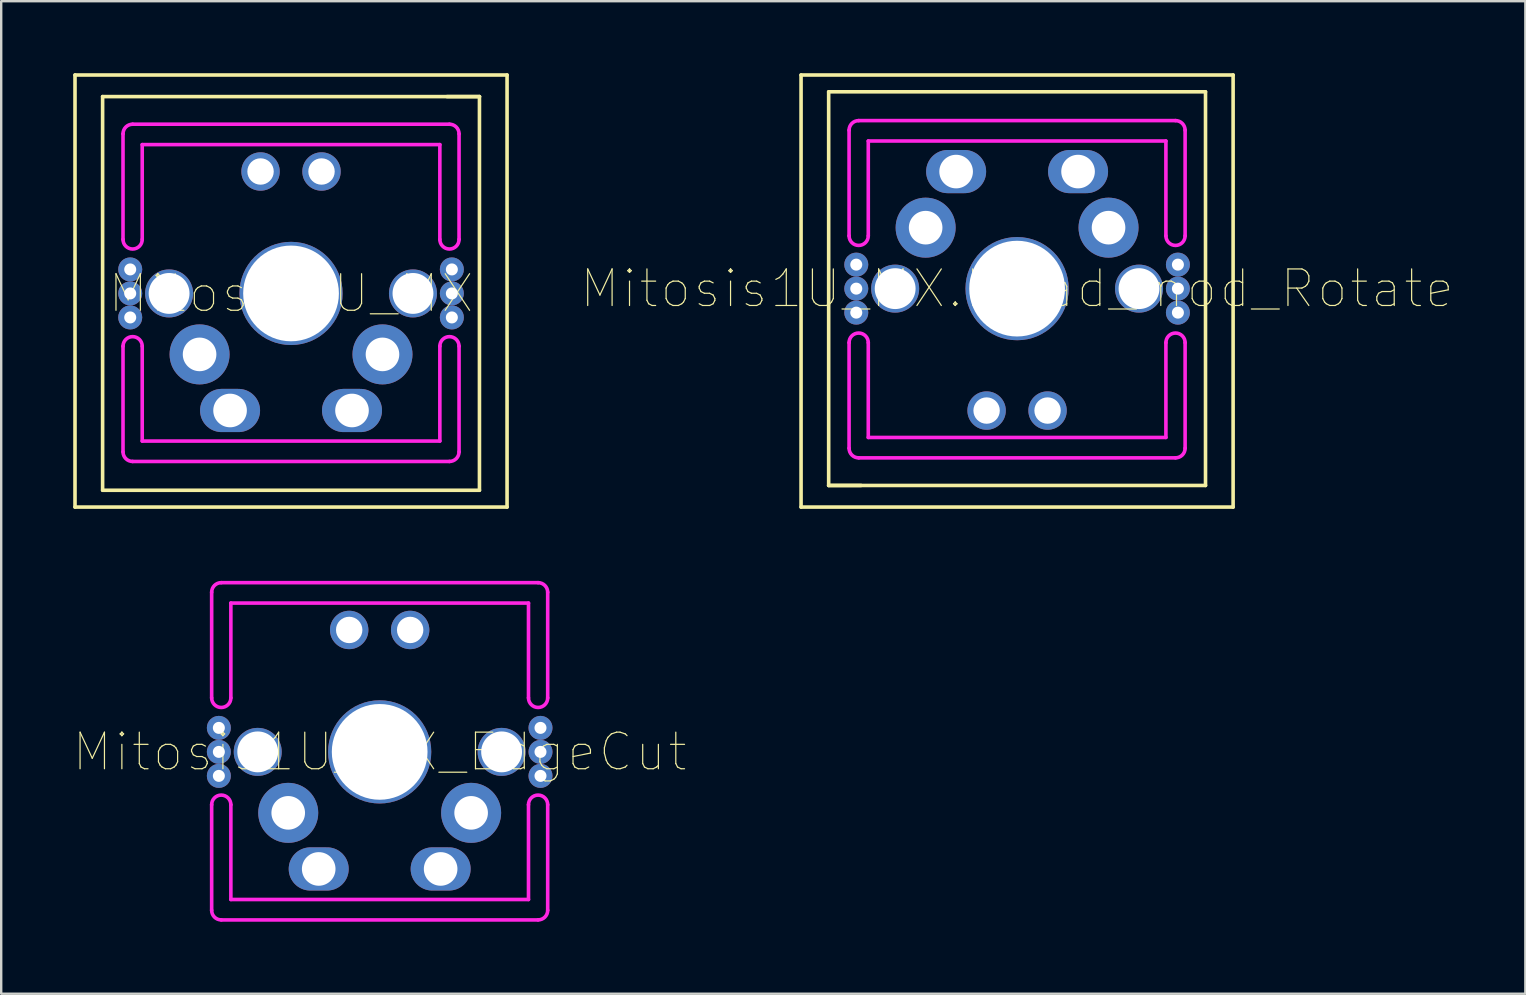
<source format=kicad_pcb>
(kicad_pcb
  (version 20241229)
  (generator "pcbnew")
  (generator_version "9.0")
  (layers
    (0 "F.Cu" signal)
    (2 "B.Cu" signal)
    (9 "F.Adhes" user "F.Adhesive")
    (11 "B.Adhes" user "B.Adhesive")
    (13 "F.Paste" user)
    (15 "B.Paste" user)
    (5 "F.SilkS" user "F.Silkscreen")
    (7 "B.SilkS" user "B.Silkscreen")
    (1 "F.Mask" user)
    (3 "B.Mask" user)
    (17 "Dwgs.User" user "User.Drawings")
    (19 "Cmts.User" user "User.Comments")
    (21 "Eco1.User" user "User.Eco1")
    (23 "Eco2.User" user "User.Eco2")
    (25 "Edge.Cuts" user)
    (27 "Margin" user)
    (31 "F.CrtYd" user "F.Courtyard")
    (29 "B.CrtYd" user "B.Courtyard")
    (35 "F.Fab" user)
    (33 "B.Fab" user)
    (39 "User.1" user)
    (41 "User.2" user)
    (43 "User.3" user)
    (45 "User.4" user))
  (footprint "Mitosis1U_MX"
    (layer "F.Cu")
    (at 9.075 9.175)
    (property "Reference" "Mitosis1U_MX" (at 0 0 0) (layer "F.SilkS") (effects (font (size 1.524 1.524) (thickness 0.05))))
    (attr smd)
    (fp_line (start -9 -9.1) (end -9 8.9) (stroke (width 0.15) (type solid)) (layer "F.SilkS"))
    (fp_line (start -9 8.9) (end 9 8.9) (stroke (width 0.15) (type solid)) (layer "F.SilkS"))
    (fp_line (start -7.85 -8.2) (end -7.85 8.2) (stroke (width 0.15) (type solid)) (layer "F.SilkS"))
    (fp_line (start -7.85 8.2) (end 7.85 8.2) (stroke (width 0.15) (type solid)) (layer "F.SilkS"))
    (fp_line (start 7.85 -8.2) (end -7.85 -8.2) (stroke (width 0.15) (type solid)) (layer "F.SilkS"))
    (fp_line (start 7.85 -8.2) (end 6.5 -8.2) (stroke (width 0.15) (type solid)) (layer "F.SilkS"))
    (fp_line (start 7.85 8.2) (end 7.85 -8.2) (stroke (width 0.15) (type solid)) (layer "F.SilkS"))
    (fp_line (start 9 -9.1) (end -9 -9.1) (stroke (width 0.15) (type solid)) (layer "F.SilkS"))
    (fp_line (start 9 8.9) (end 9 -9.1) (stroke (width 0.15) (type solid)) (layer "F.SilkS"))
    (fp_line (start -7 -6.65) (end -7 -2.25) (stroke (width 0.15) (type solid)) (layer "F.CrtYd"))
    (fp_line (start -7 2.2) (end -7 6.6) (stroke (width 0.15) (type solid)) (layer "F.CrtYd"))
    (fp_line (start -6.2 -6.2) (end -6.2 -2.25) (stroke (width 0.15) (type solid)) (layer "F.CrtYd"))
    (fp_line (start -6.2 6.15) (end -6.2 2.2) (stroke (width 0.15) (type solid)) (layer "F.CrtYd"))
    (fp_line (start 6.2 -6.2) (end -6.2 -6.2) (stroke (width 0.15) (type solid)) (layer "F.CrtYd"))
    (fp_line (start 6.2 -2.25) (end 6.2 -6.2) (stroke (width 0.15) (type solid)) (layer "F.CrtYd"))
    (fp_line (start 6.2 6.15) (end -6.2 6.15) (stroke (width 0.15) (type solid)) (layer "F.CrtYd"))
    (fp_line (start 6.2 6.15) (end 6.2 2.2) (stroke (width 0.15) (type solid)) (layer "F.CrtYd"))
    (fp_line (start 6.6 -7.05) (end -6.6 -7.05) (stroke (width 0.15) (type solid)) (layer "F.CrtYd"))
    (fp_line (start 6.6 7) (end -6.6 7) (stroke (width 0.15) (type solid)) (layer "F.CrtYd"))
    (fp_line (start 7 -2.25) (end 7 -6.65) (stroke (width 0.15) (type solid)) (layer "F.CrtYd"))
    (fp_line (start 7 6.6) (end 7 2.2) (stroke (width 0.15) (type solid)) (layer "F.CrtYd"))
    (fp_arc (start -7 -6.65) (mid -6.882843 -6.932843) (end -6.6 -7.05) (stroke (width 0.15) (type solid)) (layer "F.CrtYd"))
    (fp_arc (start -7 2.2) (mid -6.6 1.8) (end -6.2 2.2) (stroke (width 0.15) (type solid)) (layer "F.CrtYd"))
    (fp_arc (start -6.6 7) (mid -6.882843 6.882843) (end -7 6.6) (stroke (width 0.15) (type solid)) (layer "F.CrtYd"))
    (fp_arc (start -6.2 -2.25) (mid -6.6 -1.85) (end -7 -2.25) (stroke (width 0.15) (type solid)) (layer "F.CrtYd"))
    (fp_arc (start 6.2 2.2) (mid 6.6 1.8) (end 7 2.2) (stroke (width 0.15) (type solid)) (layer "F.CrtYd"))
    (fp_arc (start 6.6 -7.05) (mid 6.882843 -6.932843) (end 7 -6.65) (stroke (width 0.15) (type solid)) (layer "F.CrtYd"))
    (fp_arc (start 7 -2.25) (mid 6.6 -1.85) (end 6.2 -2.25) (stroke (width 0.15) (type solid)) (layer "F.CrtYd"))
    (fp_arc (start 7 6.6) (mid 6.882843 6.882843) (end 6.6 7) (stroke (width 0.15) (type solid)) (layer "F.CrtYd"))
    (pad "0" thru_hole circle (at -1.27 -5.08) (size 1.6 1.6) (drill 1.1) (layers "*.Cu" "*.Paste" "*.Mask"))
    (pad "0" thru_hole circle (at 0 0) (size 4.3 4.3) (drill 3.988) (layers "*.Cu" "*.Paste" "*.Mask"))
    (pad "0" thru_hole circle (at 1.27 -5.08) (size 1.6 1.6) (drill 1.1) (layers "*.Cu" "*.Paste" "*.Mask"))
    (pad "1" thru_hole circle (at -3.81 2.54) (size 2.5 2.5) (drill 1.4) (layers "*.Cu" "*.Paste" "*.Mask"))
    (pad "2" thru_hole circle (at 3.81 2.54) (size 2.5 2.5) (drill 1.4) (layers "*.Cu" "*.Paste" "*.Mask"))
    (pad "3" thru_hole oval (at -2.54 4.877) (size 2.5 1.8) (drill 1.4) (layers "*.Cu" "*.Paste" "*.Mask"))
    (pad "4" thru_hole oval (at 2.54 4.877) (size 2.5 1.8) (drill 1.4) (layers "*.Cu" "*.Paste" "*.Mask"))
    (pad "5" thru_hole circle (at -5.08 0) (size 2 2) (drill 1.702) (layers "*.Cu" "*.Paste" "*.Mask"))
    (pad "6" thru_hole circle (at 5.08 0) (size 2 2) (drill 1.702) (layers "*.Cu" "*.Paste" "*.Mask"))
    (pad "7" thru_hole circle (at -6.7 -1) (size 1 1) (drill 0.5) (layers "*.Cu" "*.Paste" "*.Mask"))
    (pad "8" thru_hole circle (at 6.7 -1 180) (size 1 1) (drill 0.5) (layers "*.Cu" "*.Paste" "*.Mask"))
    (pad "9" thru_hole circle (at -6.7 0) (size 1 1) (drill 0.5) (layers "*.Cu" "*.Paste" "*.Mask"))
    (pad "10" thru_hole circle (at 6.7 0 180) (size 1 1) (drill 0.5) (layers "*.Cu" "*.Paste" "*.Mask"))
    (pad "11" thru_hole circle (at -6.7 1) (size 1 1) (drill 0.5) (layers "*.Cu" "*.Paste" "*.Mask"))
    (pad "12" thru_hole circle (at 6.7 1 180) (size 1 1) (drill 0.5) (layers "*.Cu" "*.Paste" "*.Mask")))
  (footprint "Mitosis1U_MX_EdgeCut"
    (layer "F.Cu")
    (at 12.768 28.275)
    (property "Reference" "Mitosis1U_MX_EdgeCut" (at 0 0 0) (layer "F.SilkS") (effects (font (size 1.524 1.524) (thickness 0.05))))
    (attr smd)
    (fp_line (start -7 -6.65) (end -7 -2.25) (stroke (width 0.15) (type solid)) (layer "F.CrtYd"))
    (fp_line (start -7 2.2) (end -7 6.6) (stroke (width 0.15) (type solid)) (layer "F.CrtYd"))
    (fp_line (start -6.2 -6.2) (end -6.2 -2.25) (stroke (width 0.15) (type solid)) (layer "F.CrtYd"))
    (fp_line (start -6.2 6.15) (end -6.2 2.2) (stroke (width 0.15) (type solid)) (layer "F.CrtYd"))
    (fp_line (start 6.2 -6.2) (end -6.2 -6.2) (stroke (width 0.15) (type solid)) (layer "F.CrtYd"))
    (fp_line (start 6.2 -2.25) (end 6.2 -6.2) (stroke (width 0.15) (type solid)) (layer "F.CrtYd"))
    (fp_line (start 6.2 6.15) (end -6.2 6.15) (stroke (width 0.15) (type solid)) (layer "F.CrtYd"))
    (fp_line (start 6.2 6.15) (end 6.2 2.2) (stroke (width 0.15) (type solid)) (layer "F.CrtYd"))
    (fp_line (start 6.6 -7.05) (end -6.6 -7.05) (stroke (width 0.15) (type solid)) (layer "F.CrtYd"))
    (fp_line (start 6.6 7) (end -6.6 7) (stroke (width 0.15) (type solid)) (layer "F.CrtYd"))
    (fp_line (start 7 -2.25) (end 7 -6.65) (stroke (width 0.15) (type solid)) (layer "F.CrtYd"))
    (fp_line (start 7 6.6) (end 7 2.2) (stroke (width 0.15) (type solid)) (layer "F.CrtYd"))
    (fp_arc (start -7 -6.65) (mid -6.882843 -6.932843) (end -6.6 -7.05) (stroke (width 0.15) (type solid)) (layer "F.CrtYd"))
    (fp_arc (start -7 2.2) (mid -6.6 1.8) (end -6.2 2.2) (stroke (width 0.15) (type solid)) (layer "F.CrtYd"))
    (fp_arc (start -6.6 7) (mid -6.882843 6.882843) (end -7 6.6) (stroke (width 0.15) (type solid)) (layer "F.CrtYd"))
    (fp_arc (start -6.2 -2.25) (mid -6.6 -1.85) (end -7 -2.25) (stroke (width 0.15) (type solid)) (layer "F.CrtYd"))
    (fp_arc (start 6.2 2.2) (mid 6.6 1.8) (end 7 2.2) (stroke (width 0.15) (type solid)) (layer "F.CrtYd"))
    (fp_arc (start 6.6 -7.05) (mid 6.882843 -6.932843) (end 7 -6.65) (stroke (width 0.15) (type solid)) (layer "F.CrtYd"))
    (fp_arc (start 7 -2.25) (mid 6.6 -1.85) (end 6.2 -2.25) (stroke (width 0.15) (type solid)) (layer "F.CrtYd"))
    (fp_arc (start 7 6.6) (mid 6.882843 6.882843) (end 6.6 7) (stroke (width 0.15) (type solid)) (layer "F.CrtYd"))
    (pad "0" thru_hole circle (at -1.27 -5.08) (size 1.6 1.6) (drill 1.1) (layers "*.Cu" "*.Paste" "*.Mask"))
    (pad "0" thru_hole circle (at 0 0) (size 4.3 4.3) (drill 3.988) (layers "*.Cu" "*.Paste" "*.Mask"))
    (pad "0" thru_hole circle (at 1.27 -5.08) (size 1.6 1.6) (drill 1.1) (layers "*.Cu" "*.Paste" "*.Mask"))
    (pad "1" thru_hole circle (at -3.81 2.54) (size 2.5 2.5) (drill 1.4) (layers "*.Cu" "*.Paste" "*.Mask"))
    (pad "2" thru_hole circle (at 3.81 2.54) (size 2.5 2.5) (drill 1.4) (layers "*.Cu" "*.Paste" "*.Mask"))
    (pad "3" thru_hole oval (at -2.54 4.877) (size 2.5 1.8) (drill 1.4) (layers "*.Cu" "*.Paste" "*.Mask"))
    (pad "4" thru_hole oval (at 2.54 4.877) (size 2.5 1.8) (drill 1.4) (layers "*.Cu" "*.Paste" "*.Mask"))
    (pad "5" thru_hole circle (at -5.08 0) (size 2 2) (drill 1.702) (layers "*.Cu" "*.Paste" "*.Mask"))
    (pad "6" thru_hole circle (at 5.08 0) (size 2 2) (drill 1.702) (layers "*.Cu" "*.Paste" "*.Mask"))
    (pad "7" thru_hole circle (at -6.7 -1) (size 1 1) (drill 0.5) (layers "*.Cu" "*.Paste" "*.Mask"))
    (pad "8" thru_hole circle (at 6.7 -1 180) (size 1 1) (drill 0.5) (layers "*.Cu" "*.Paste" "*.Mask"))
    (pad "9" thru_hole circle (at -6.7 0) (size 1 1) (drill 0.5) (layers "*.Cu" "*.Paste" "*.Mask"))
    (pad "10" thru_hole circle (at 6.7 0 180) (size 1 1) (drill 0.5) (layers "*.Cu" "*.Paste" "*.Mask"))
    (pad "11" thru_hole circle (at -6.7 1) (size 1 1) (drill 0.5) (layers "*.Cu" "*.Paste" "*.Mask"))
    (pad "12" thru_hole circle (at 6.7 1 180) (size 1 1) (drill 0.5) (layers "*.Cu" "*.Paste" "*.Mask")))
  (footprint "Mitosis1U_MX.kicad_mod_Rotate"
    (layer "F.Cu")
    (at 39.324 8.975)
    (property "Reference" "Mitosis1U_MX.kicad_mod_Rotate" (at 0 0 180) (layer "F.SilkS") (effects (font (size 1.524 1.524) (thickness 0.05))))
    (attr smd)
    (fp_line (start -9 -8.9) (end -9 9.1) (stroke (width 0.15) (type solid)) (layer "F.SilkS"))
    (fp_line (start -9 9.1) (end 9 9.1) (stroke (width 0.15) (type solid)) (layer "F.SilkS"))
    (fp_line (start -7.85 -8.2) (end -7.85 8.2) (stroke (width 0.15) (type solid)) (layer "F.SilkS"))
    (fp_line (start -7.85 8.2) (end -6.5 8.2) (stroke (width 0.15) (type solid)) (layer "F.SilkS"))
    (fp_line (start -7.85 8.2) (end 7.85 8.2) (stroke (width 0.15) (type solid)) (layer "F.SilkS"))
    (fp_line (start 7.85 -8.2) (end -7.85 -8.2) (stroke (width 0.15) (type solid)) (layer "F.SilkS"))
    (fp_line (start 7.85 8.2) (end 7.85 -8.2) (stroke (width 0.15) (type solid)) (layer "F.SilkS"))
    (fp_line (start 9 -8.9) (end -9 -8.9) (stroke (width 0.15) (type solid)) (layer "F.SilkS"))
    (fp_line (start 9 9.1) (end 9 -8.9) (stroke (width 0.15) (type solid)) (layer "F.SilkS"))
    (fp_line (start -7 -6.6) (end -7 -2.2) (stroke (width 0.15) (type solid)) (layer "F.CrtYd"))
    (fp_line (start -7 2.25) (end -7 6.65) (stroke (width 0.15) (type solid)) (layer "F.CrtYd"))
    (fp_line (start -6.6 -7) (end 6.6 -7) (stroke (width 0.15) (type solid)) (layer "F.CrtYd"))
    (fp_line (start -6.6 7.05) (end 6.6 7.05) (stroke (width 0.15) (type solid)) (layer "F.CrtYd"))
    (fp_line (start -6.2 -6.15) (end -6.2 -2.2) (stroke (width 0.15) (type solid)) (layer "F.CrtYd"))
    (fp_line (start -6.2 -6.15) (end 6.2 -6.15) (stroke (width 0.15) (type solid)) (layer "F.CrtYd"))
    (fp_line (start -6.2 2.25) (end -6.2 6.2) (stroke (width 0.15) (type solid)) (layer "F.CrtYd"))
    (fp_line (start -6.2 6.2) (end 6.2 6.2) (stroke (width 0.15) (type solid)) (layer "F.CrtYd"))
    (fp_line (start 6.2 -6.15) (end 6.2 -2.2) (stroke (width 0.15) (type solid)) (layer "F.CrtYd"))
    (fp_line (start 6.2 6.2) (end 6.2 2.25) (stroke (width 0.15) (type solid)) (layer "F.CrtYd"))
    (fp_line (start 7 -2.2) (end 7 -6.6) (stroke (width 0.15) (type solid)) (layer "F.CrtYd"))
    (fp_line (start 7 6.65) (end 7 2.25) (stroke (width 0.15) (type solid)) (layer "F.CrtYd"))
    (fp_arc (start -7 -6.6) (mid -6.882843 -6.882843) (end -6.6 -7) (stroke (width 0.15) (type solid)) (layer "F.CrtYd"))
    (fp_arc (start -7 2.25) (mid -6.6 1.85) (end -6.2 2.25) (stroke (width 0.15) (type solid)) (layer "F.CrtYd"))
    (fp_arc (start -6.6 7.05) (mid -6.882843 6.932843) (end -7 6.65) (stroke (width 0.15) (type solid)) (layer "F.CrtYd"))
    (fp_arc (start -6.2 -2.2) (mid -6.6 -1.8) (end -7 -2.2) (stroke (width 0.15) (type solid)) (layer "F.CrtYd"))
    (fp_arc (start 6.2 2.25) (mid 6.6 1.85) (end 7 2.25) (stroke (width 0.15) (type solid)) (layer "F.CrtYd"))
    (fp_arc (start 6.6 -7) (mid 6.882843 -6.882843) (end 7 -6.6) (stroke (width 0.15) (type solid)) (layer "F.CrtYd"))
    (fp_arc (start 7 -2.2) (mid 6.6 -1.8) (end 6.2 -2.2) (stroke (width 0.15) (type solid)) (layer "F.CrtYd"))
    (fp_arc (start 7 6.65) (mid 6.882843 6.932843) (end 6.6 7.05) (stroke (width 0.15) (type solid)) (layer "F.CrtYd"))
    (pad "0" thru_hole circle (at -1.27 5.08 180) (size 1.6 1.6) (drill 1.1) (layers "*.Cu" "*.Paste" "*.Mask"))
    (pad "0" thru_hole circle (at 0 0 180) (size 4.3 4.3) (drill 3.988) (layers "*.Cu" "*.Paste" "*.Mask"))
    (pad "0" thru_hole circle (at 1.27 5.08 180) (size 1.6 1.6) (drill 1.1) (layers "*.Cu" "*.Paste" "*.Mask"))
    (pad "1" thru_hole circle (at 3.81 -2.54 180) (size 2.5 2.5) (drill 1.4) (layers "*.Cu" "*.Paste" "*.Mask"))
    (pad "2" thru_hole circle (at -3.81 -2.54 180) (size 2.5 2.5) (drill 1.4) (layers "*.Cu" "*.Paste" "*.Mask"))
    (pad "3" thru_hole oval (at 2.54 -4.877 180) (size 2.5 1.8) (drill 1.4) (layers "*.Cu" "*.Paste" "*.Mask"))
    (pad "4" thru_hole oval (at -2.54 -4.877 180) (size 2.5 1.8) (drill 1.4) (layers "*.Cu" "*.Paste" "*.Mask"))
    (pad "5" thru_hole circle (at 5.08 0 180) (size 2 2) (drill 1.702) (layers "*.Cu" "*.Paste" "*.Mask"))
    (pad "6" thru_hole circle (at -5.08 0 180) (size 2 2) (drill 1.702) (layers "*.Cu" "*.Paste" "*.Mask"))
    (pad "7" thru_hole circle (at 6.7 1 180) (size 1 1) (drill 0.5) (layers "*.Cu" "*.Paste" "*.Mask"))
    (pad "8" thru_hole circle (at -6.7 1) (size 1 1) (drill 0.5) (layers "*.Cu" "*.Paste" "*.Mask"))
    (pad "9" thru_hole circle (at 6.7 0 180) (size 1 1) (drill 0.5) (layers "*.Cu" "*.Paste" "*.Mask"))
    (pad "10" thru_hole circle (at -6.7 0) (size 1 1) (drill 0.5) (layers "*.Cu" "*.Paste" "*.Mask"))
    (pad "11" thru_hole circle (at 6.7 -1 180) (size 1 1) (drill 0.5) (layers "*.Cu" "*.Paste" "*.Mask"))
    (pad "12" thru_hole circle (at -6.7 -1) (size 1 1) (drill 0.5) (layers "*.Cu" "*.Paste" "*.Mask")))
  (gr_rect
    (start -3 -3)
    (end 60.499 38.35)
    (stroke (width 0.1) (type default))
    (fill no)
    (layer "Edge.Cuts")))
</source>
